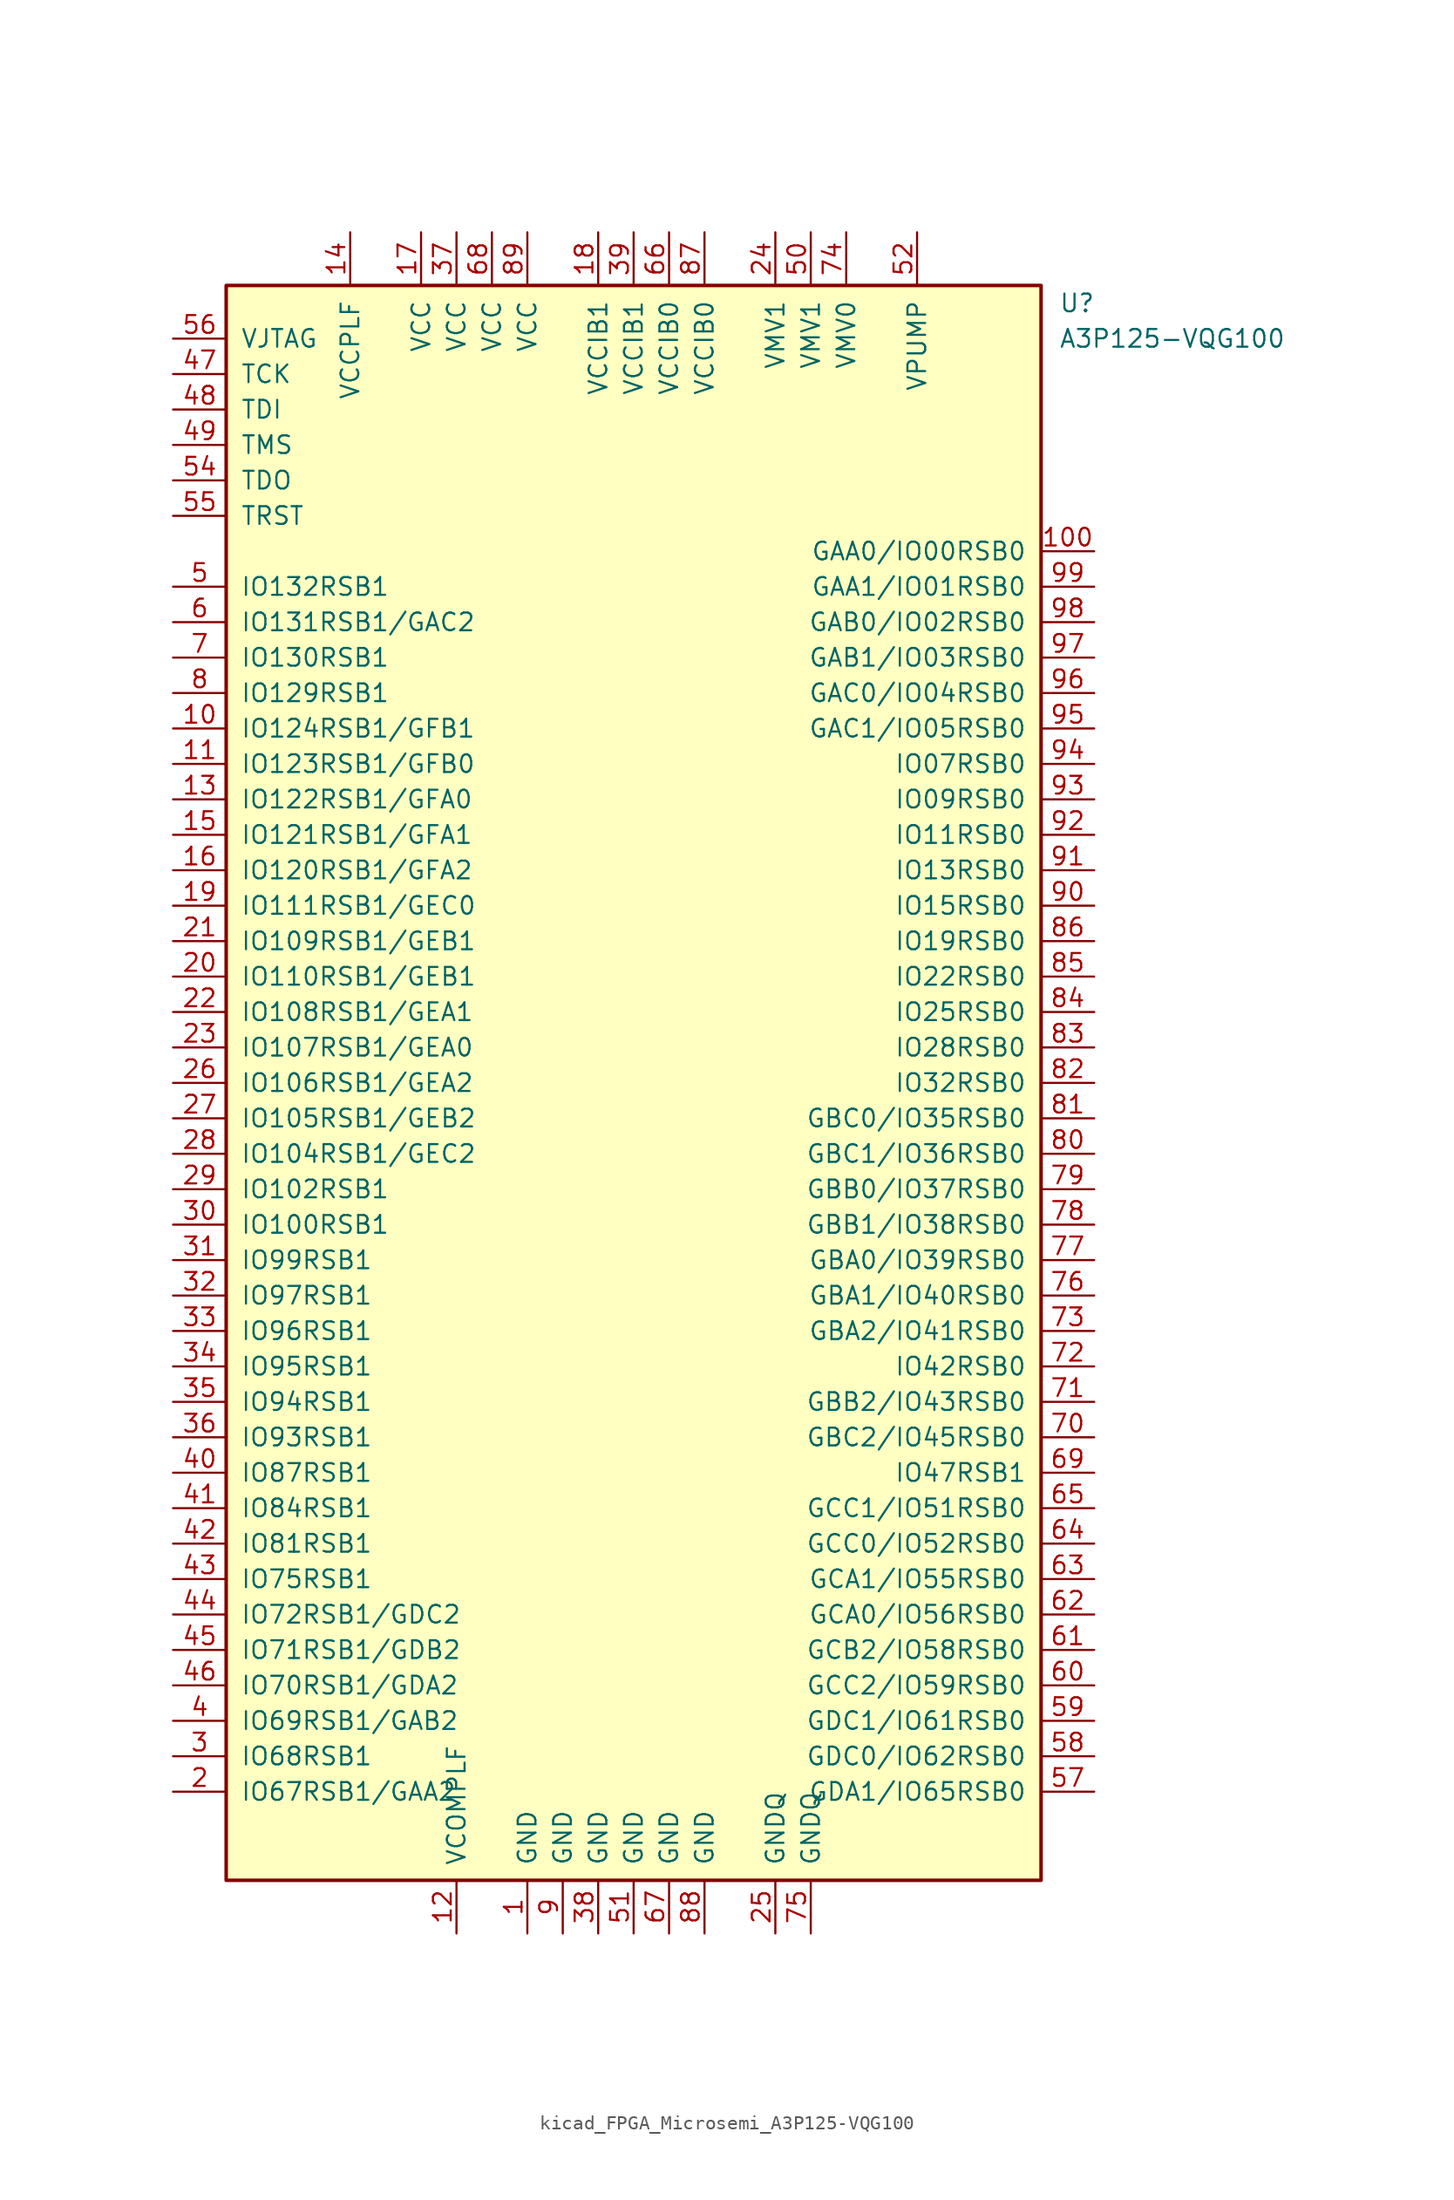
<source format=kicad_sym>
(kicad_symbol_lib
  (version 20220914)
  (generator kicad_symbol_editor)
  (symbol "kicad_FPGA_Microsemi_A3P125-VQG100"
    (pin_names
      (offset 1.016))
    (property "Reference" "U"
      (at 30.48 55.88 0)
      (effects (font (size 1.27 1.27)) (justify left)))
    (property "Value" "A3P125-VQG100"
      (at 30.48 53.34 0)
      (effects (font (size 1.27 1.27)) (justify left)))
    (symbol "kicad_FPGA_Microsemi_A3P125-VQG100_0_1"
      (rectangle (start -29.21 57.15) (end 29.21 -57.15) (stroke (width 0.254) (type default)) (fill (type background))))
    (symbol "kicad_FPGA_Microsemi_A3P125-VQG100_1_1"
      (pin power_in line (at -7.62 -60.96 90) (length 3.81) (name "GND" (effects (font (size 1.27 1.27)))) (number "1" (effects (font (size 1.27 1.27)))))
      (pin bidirectional line (at -33.02 25.4 0) (length 3.81) (name "IO124RSB1/GFB1" (effects (font (size 1.27 1.27)))) (number "10" (effects (font (size 1.27 1.27)))))
      (pin bidirectional line (at 33.02 38.1 180) (length 3.81) (name "GAA0/IO00RSB0" (effects (font (size 1.27 1.27)))) (number "100" (effects (font (size 1.27 1.27)))))
      (pin bidirectional line (at -33.02 22.86 0) (length 3.81) (name "IO123RSB1/GFB0" (effects (font (size 1.27 1.27)))) (number "11" (effects (font (size 1.27 1.27)))))
      (pin power_in line (at -12.7 -60.96 90) (length 3.81) (name "VCOMPLF" (effects (font (size 1.27 1.27)))) (number "12" (effects (font (size 1.27 1.27)))))
      (pin bidirectional line (at -33.02 20.32 0) (length 3.81) (name "IO122RSB1/GFA0" (effects (font (size 1.27 1.27)))) (number "13" (effects (font (size 1.27 1.27)))))
      (pin power_in line (at -20.32 60.96 270) (length 3.81) (name "VCCPLF" (effects (font (size 1.27 1.27)))) (number "14" (effects (font (size 1.27 1.27)))))
      (pin bidirectional line (at -33.02 17.78 0) (length 3.81) (name "IO121RSB1/GFA1" (effects (font (size 1.27 1.27)))) (number "15" (effects (font (size 1.27 1.27)))))
      (pin bidirectional line (at -33.02 15.24 0) (length 3.81) (name "IO120RSB1/GFA2" (effects (font (size 1.27 1.27)))) (number "16" (effects (font (size 1.27 1.27)))))
      (pin power_in line (at -15.24 60.96 270) (length 3.81) (name "VCC" (effects (font (size 1.27 1.27)))) (number "17" (effects (font (size 1.27 1.27)))))
      (pin power_in line (at -2.54 60.96 270) (length 3.81) (name "VCCIB1" (effects (font (size 1.27 1.27)))) (number "18" (effects (font (size 1.27 1.27)))))
      (pin bidirectional line (at -33.02 12.7 0) (length 3.81) (name "IO111RSB1/GEC0" (effects (font (size 1.27 1.27)))) (number "19" (effects (font (size 1.27 1.27)))))
      (pin bidirectional line (at -33.02 -50.8 0) (length 3.81) (name "IO67RSB1/GAA2" (effects (font (size 1.27 1.27)))) (number "2" (effects (font (size 1.27 1.27)))))
      (pin bidirectional line (at -33.02 7.62 0) (length 3.81) (name "IO110RSB1/GEB1" (effects (font (size 1.27 1.27)))) (number "20" (effects (font (size 1.27 1.27)))))
      (pin bidirectional line (at -33.02 10.16 0) (length 3.81) (name "IO109RSB1/GEB1" (effects (font (size 1.27 1.27)))) (number "21" (effects (font (size 1.27 1.27)))))
      (pin bidirectional line (at -33.02 5.08 0) (length 3.81) (name "IO108RSB1/GEA1" (effects (font (size 1.27 1.27)))) (number "22" (effects (font (size 1.27 1.27)))))
      (pin bidirectional line (at -33.02 2.54 0) (length 3.81) (name "IO107RSB1/GEA0" (effects (font (size 1.27 1.27)))) (number "23" (effects (font (size 1.27 1.27)))))
      (pin power_in line (at 10.16 60.96 270) (length 3.81) (name "VMV1" (effects (font (size 1.27 1.27)))) (number "24" (effects (font (size 1.27 1.27)))))
      (pin power_in line (at 10.16 -60.96 90) (length 3.81) (name "GNDQ" (effects (font (size 1.27 1.27)))) (number "25" (effects (font (size 1.27 1.27)))))
      (pin bidirectional line (at -33.02 0 0) (length 3.81) (name "IO106RSB1/GEA2" (effects (font (size 1.27 1.27)))) (number "26" (effects (font (size 1.27 1.27)))))
      (pin bidirectional line (at -33.02 -2.54 0) (length 3.81) (name "IO105RSB1/GEB2" (effects (font (size 1.27 1.27)))) (number "27" (effects (font (size 1.27 1.27)))))
      (pin bidirectional line (at -33.02 -5.08 0) (length 3.81) (name "IO104RSB1/GEC2" (effects (font (size 1.27 1.27)))) (number "28" (effects (font (size 1.27 1.27)))))
      (pin bidirectional line (at -33.02 -7.62 0) (length 3.81) (name "IO102RSB1" (effects (font (size 1.27 1.27)))) (number "29" (effects (font (size 1.27 1.27)))))
      (pin bidirectional line (at -33.02 -48.26 0) (length 3.81) (name "IO68RSB1" (effects (font (size 1.27 1.27)))) (number "3" (effects (font (size 1.27 1.27)))))
      (pin bidirectional line (at -33.02 -10.16 0) (length 3.81) (name "IO100RSB1" (effects (font (size 1.27 1.27)))) (number "30" (effects (font (size 1.27 1.27)))))
      (pin bidirectional line (at -33.02 -12.7 0) (length 3.81) (name "IO99RSB1" (effects (font (size 1.27 1.27)))) (number "31" (effects (font (size 1.27 1.27)))))
      (pin bidirectional line (at -33.02 -15.24 0) (length 3.81) (name "IO97RSB1" (effects (font (size 1.27 1.27)))) (number "32" (effects (font (size 1.27 1.27)))))
      (pin bidirectional line (at -33.02 -17.78 0) (length 3.81) (name "IO96RSB1" (effects (font (size 1.27 1.27)))) (number "33" (effects (font (size 1.27 1.27)))))
      (pin bidirectional line (at -33.02 -20.32 0) (length 3.81) (name "IO95RSB1" (effects (font (size 1.27 1.27)))) (number "34" (effects (font (size 1.27 1.27)))))
      (pin bidirectional line (at -33.02 -22.86 0) (length 3.81) (name "IO94RSB1" (effects (font (size 1.27 1.27)))) (number "35" (effects (font (size 1.27 1.27)))))
      (pin bidirectional line (at -33.02 -25.4 0) (length 3.81) (name "IO93RSB1" (effects (font (size 1.27 1.27)))) (number "36" (effects (font (size 1.27 1.27)))))
      (pin power_in line (at -12.7 60.96 270) (length 3.81) (name "VCC" (effects (font (size 1.27 1.27)))) (number "37" (effects (font (size 1.27 1.27)))))
      (pin power_in line (at -2.54 -60.96 90) (length 3.81) (name "GND" (effects (font (size 1.27 1.27)))) (number "38" (effects (font (size 1.27 1.27)))))
      (pin power_in line (at 0 60.96 270) (length 3.81) (name "VCCIB1" (effects (font (size 1.27 1.27)))) (number "39" (effects (font (size 1.27 1.27)))))
      (pin bidirectional line (at -33.02 -45.72 0) (length 3.81) (name "IO69RSB1/GAB2" (effects (font (size 1.27 1.27)))) (number "4" (effects (font (size 1.27 1.27)))))
      (pin bidirectional line (at -33.02 -27.94 0) (length 3.81) (name "IO87RSB1" (effects (font (size 1.27 1.27)))) (number "40" (effects (font (size 1.27 1.27)))))
      (pin bidirectional line (at -33.02 -30.48 0) (length 3.81) (name "IO84RSB1" (effects (font (size 1.27 1.27)))) (number "41" (effects (font (size 1.27 1.27)))))
      (pin bidirectional line (at -33.02 -33.02 0) (length 3.81) (name "IO81RSB1" (effects (font (size 1.27 1.27)))) (number "42" (effects (font (size 1.27 1.27)))))
      (pin bidirectional line (at -33.02 -35.56 0) (length 3.81) (name "IO75RSB1" (effects (font (size 1.27 1.27)))) (number "43" (effects (font (size 1.27 1.27)))))
      (pin bidirectional line (at -33.02 -38.1 0) (length 3.81) (name "IO72RSB1/GDC2" (effects (font (size 1.27 1.27)))) (number "44" (effects (font (size 1.27 1.27)))))
      (pin bidirectional line (at -33.02 -40.64 0) (length 3.81) (name "IO71RSB1/GDB2" (effects (font (size 1.27 1.27)))) (number "45" (effects (font (size 1.27 1.27)))))
      (pin bidirectional line (at -33.02 -43.18 0) (length 3.81) (name "IO70RSB1/GDA2" (effects (font (size 1.27 1.27)))) (number "46" (effects (font (size 1.27 1.27)))))
      (pin bidirectional line (at -33.02 50.8 0) (length 3.81) (name "TCK" (effects (font (size 1.27 1.27)))) (number "47" (effects (font (size 1.27 1.27)))))
      (pin bidirectional line (at -33.02 48.26 0) (length 3.81) (name "TDI" (effects (font (size 1.27 1.27)))) (number "48" (effects (font (size 1.27 1.27)))))
      (pin bidirectional line (at -33.02 45.72 0) (length 3.81) (name "TMS" (effects (font (size 1.27 1.27)))) (number "49" (effects (font (size 1.27 1.27)))))
      (pin bidirectional line (at -33.02 35.56 0) (length 3.81) (name "IO132RSB1" (effects (font (size 1.27 1.27)))) (number "5" (effects (font (size 1.27 1.27)))))
      (pin power_in line (at 12.7 60.96 270) (length 3.81) (name "VMV1" (effects (font (size 1.27 1.27)))) (number "50" (effects (font (size 1.27 1.27)))))
      (pin power_in line (at 0 -60.96 90) (length 3.81) (name "GND" (effects (font (size 1.27 1.27)))) (number "51" (effects (font (size 1.27 1.27)))))
      (pin power_in line (at 20.32 60.96 270) (length 3.81) (name "VPUMP" (effects (font (size 1.27 1.27)))) (number "52" (effects (font (size 1.27 1.27)))))
      (pin bidirectional line (at -33.02 43.18 0) (length 3.81) (name "TDO" (effects (font (size 1.27 1.27)))) (number "54" (effects (font (size 1.27 1.27)))))
      (pin bidirectional line (at -33.02 40.64 0) (length 3.81) (name "TRST" (effects (font (size 1.27 1.27)))) (number "55" (effects (font (size 1.27 1.27)))))
      (pin bidirectional line (at -33.02 53.34 0) (length 3.81) (name "VJTAG" (effects (font (size 1.27 1.27)))) (number "56" (effects (font (size 1.27 1.27)))))
      (pin bidirectional line (at 33.02 -50.8 180) (length 3.81) (name "GDA1/IO65RSB0" (effects (font (size 1.27 1.27)))) (number "57" (effects (font (size 1.27 1.27)))))
      (pin bidirectional line (at 33.02 -48.26 180) (length 3.81) (name "GDC0/IO62RSB0" (effects (font (size 1.27 1.27)))) (number "58" (effects (font (size 1.27 1.27)))))
      (pin bidirectional line (at 33.02 -45.72 180) (length 3.81) (name "GDC1/IO61RSB0" (effects (font (size 1.27 1.27)))) (number "59" (effects (font (size 1.27 1.27)))))
      (pin bidirectional line (at -33.02 33.02 0) (length 3.81) (name "IO131RSB1/GAC2" (effects (font (size 1.27 1.27)))) (number "6" (effects (font (size 1.27 1.27)))))
      (pin bidirectional line (at 33.02 -43.18 180) (length 3.81) (name "GCC2/IO59RSB0" (effects (font (size 1.27 1.27)))) (number "60" (effects (font (size 1.27 1.27)))))
      (pin bidirectional line (at 33.02 -40.64 180) (length 3.81) (name "GCB2/IO58RSB0" (effects (font (size 1.27 1.27)))) (number "61" (effects (font (size 1.27 1.27)))))
      (pin bidirectional line (at 33.02 -38.1 180) (length 3.81) (name "GCA0/IO56RSB0" (effects (font (size 1.27 1.27)))) (number "62" (effects (font (size 1.27 1.27)))))
      (pin bidirectional line (at 33.02 -35.56 180) (length 3.81) (name "GCA1/IO55RSB0" (effects (font (size 1.27 1.27)))) (number "63" (effects (font (size 1.27 1.27)))))
      (pin bidirectional line (at 33.02 -33.02 180) (length 3.81) (name "GCC0/IO52RSB0" (effects (font (size 1.27 1.27)))) (number "64" (effects (font (size 1.27 1.27)))))
      (pin bidirectional line (at 33.02 -30.48 180) (length 3.81) (name "GCC1/IO51RSB0" (effects (font (size 1.27 1.27)))) (number "65" (effects (font (size 1.27 1.27)))))
      (pin power_in line (at 2.54 60.96 270) (length 3.81) (name "VCCIB0" (effects (font (size 1.27 1.27)))) (number "66" (effects (font (size 1.27 1.27)))))
      (pin power_in line (at 2.54 -60.96 90) (length 3.81) (name "GND" (effects (font (size 1.27 1.27)))) (number "67" (effects (font (size 1.27 1.27)))))
      (pin power_in line (at -10.16 60.96 270) (length 3.81) (name "VCC" (effects (font (size 1.27 1.27)))) (number "68" (effects (font (size 1.27 1.27)))))
      (pin bidirectional line (at 33.02 -27.94 180) (length 3.81) (name "IO47RSB1" (effects (font (size 1.27 1.27)))) (number "69" (effects (font (size 1.27 1.27)))))
      (pin input line (at -33.02 30.48 0) (length 3.81) (name "IO130RSB1" (effects (font (size 1.27 1.27)))) (number "7" (effects (font (size 1.27 1.27)))))
      (pin bidirectional line (at 33.02 -25.4 180) (length 3.81) (name "GBC2/IO45RSB0" (effects (font (size 1.27 1.27)))) (number "70" (effects (font (size 1.27 1.27)))))
      (pin bidirectional line (at 33.02 -22.86 180) (length 3.81) (name "GBB2/IO43RSB0" (effects (font (size 1.27 1.27)))) (number "71" (effects (font (size 1.27 1.27)))))
      (pin bidirectional line (at 33.02 -20.32 180) (length 3.81) (name "IO42RSB0" (effects (font (size 1.27 1.27)))) (number "72" (effects (font (size 1.27 1.27)))))
      (pin bidirectional line (at 33.02 -17.78 180) (length 3.81) (name "GBA2/IO41RSB0" (effects (font (size 1.27 1.27)))) (number "73" (effects (font (size 1.27 1.27)))))
      (pin power_in line (at 15.24 60.96 270) (length 3.81) (name "VMV0" (effects (font (size 1.27 1.27)))) (number "74" (effects (font (size 1.27 1.27)))))
      (pin power_in line (at 12.7 -60.96 90) (length 3.81) (name "GNDQ" (effects (font (size 1.27 1.27)))) (number "75" (effects (font (size 1.27 1.27)))))
      (pin bidirectional line (at 33.02 -15.24 180) (length 3.81) (name "GBA1/IO40RSB0" (effects (font (size 1.27 1.27)))) (number "76" (effects (font (size 1.27 1.27)))))
      (pin bidirectional line (at 33.02 -12.7 180) (length 3.81) (name "GBA0/IO39RSB0" (effects (font (size 1.27 1.27)))) (number "77" (effects (font (size 1.27 1.27)))))
      (pin bidirectional line (at 33.02 -10.16 180) (length 3.81) (name "GBB1/IO38RSB0" (effects (font (size 1.27 1.27)))) (number "78" (effects (font (size 1.27 1.27)))))
      (pin bidirectional line (at 33.02 -7.62 180) (length 3.81) (name "GBB0/IO37RSB0" (effects (font (size 1.27 1.27)))) (number "79" (effects (font (size 1.27 1.27)))))
      (pin bidirectional line (at -33.02 27.94 0) (length 3.81) (name "IO129RSB1" (effects (font (size 1.27 1.27)))) (number "8" (effects (font (size 1.27 1.27)))))
      (pin bidirectional line (at 33.02 -5.08 180) (length 3.81) (name "GBC1/IO36RSB0" (effects (font (size 1.27 1.27)))) (number "80" (effects (font (size 1.27 1.27)))))
      (pin bidirectional line (at 33.02 -2.54 180) (length 3.81) (name "GBC0/IO35RSB0" (effects (font (size 1.27 1.27)))) (number "81" (effects (font (size 1.27 1.27)))))
      (pin bidirectional line (at 33.02 0 180) (length 3.81) (name "IO32RSB0" (effects (font (size 1.27 1.27)))) (number "82" (effects (font (size 1.27 1.27)))))
      (pin bidirectional line (at 33.02 2.54 180) (length 3.81) (name "IO28RSB0" (effects (font (size 1.27 1.27)))) (number "83" (effects (font (size 1.27 1.27)))))
      (pin bidirectional line (at 33.02 5.08 180) (length 3.81) (name "IO25RSB0" (effects (font (size 1.27 1.27)))) (number "84" (effects (font (size 1.27 1.27)))))
      (pin bidirectional line (at 33.02 7.62 180) (length 3.81) (name "IO22RSB0" (effects (font (size 1.27 1.27)))) (number "85" (effects (font (size 1.27 1.27)))))
      (pin bidirectional line (at 33.02 10.16 180) (length 3.81) (name "IO19RSB0" (effects (font (size 1.27 1.27)))) (number "86" (effects (font (size 1.27 1.27)))))
      (pin power_in line (at 5.08 60.96 270) (length 3.81) (name "VCCIB0" (effects (font (size 1.27 1.27)))) (number "87" (effects (font (size 1.27 1.27)))))
      (pin power_in line (at 5.08 -60.96 90) (length 3.81) (name "GND" (effects (font (size 1.27 1.27)))) (number "88" (effects (font (size 1.27 1.27)))))
      (pin power_in line (at -7.62 60.96 270) (length 3.81) (name "VCC" (effects (font (size 1.27 1.27)))) (number "89" (effects (font (size 1.27 1.27)))))
      (pin power_in line (at -5.08 -60.96 90) (length 3.81) (name "GND" (effects (font (size 1.27 1.27)))) (number "9" (effects (font (size 1.27 1.27)))))
      (pin input line (at 33.02 12.7 180) (length 3.81) (name "IO15RSB0" (effects (font (size 1.27 1.27)))) (number "90" (effects (font (size 1.27 1.27)))))
      (pin bidirectional line (at 33.02 15.24 180) (length 3.81) (name "IO13RSB0" (effects (font (size 1.27 1.27)))) (number "91" (effects (font (size 1.27 1.27)))))
      (pin bidirectional line (at 33.02 17.78 180) (length 3.81) (name "IO11RSB0" (effects (font (size 1.27 1.27)))) (number "92" (effects (font (size 1.27 1.27)))))
      (pin bidirectional line (at 33.02 20.32 180) (length 3.81) (name "IO09RSB0" (effects (font (size 1.27 1.27)))) (number "93" (effects (font (size 1.27 1.27)))))
      (pin bidirectional line (at 33.02 22.86 180) (length 3.81) (name "IO07RSB0" (effects (font (size 1.27 1.27)))) (number "94" (effects (font (size 1.27 1.27)))))
      (pin bidirectional line (at 33.02 25.4 180) (length 3.81) (name "GAC1/IO05RSB0" (effects (font (size 1.27 1.27)))) (number "95" (effects (font (size 1.27 1.27)))))
      (pin bidirectional line (at 33.02 27.94 180) (length 3.81) (name "GAC0/IO04RSB0" (effects (font (size 1.27 1.27)))) (number "96" (effects (font (size 1.27 1.27)))))
      (pin bidirectional line (at 33.02 30.48 180) (length 3.81) (name "GAB1/IO03RSB0" (effects (font (size 1.27 1.27)))) (number "97" (effects (font (size 1.27 1.27)))))
      (pin bidirectional line (at 33.02 33.02 180) (length 3.81) (name "GAB0/IO02RSB0" (effects (font (size 1.27 1.27)))) (number "98" (effects (font (size 1.27 1.27)))))
      (pin bidirectional line (at 33.02 35.56 180) (length 3.81) (name "GAA1/IO01RSB0" (effects (font (size 1.27 1.27)))) (number "99" (effects (font (size 1.27 1.27))))))))
</source>
